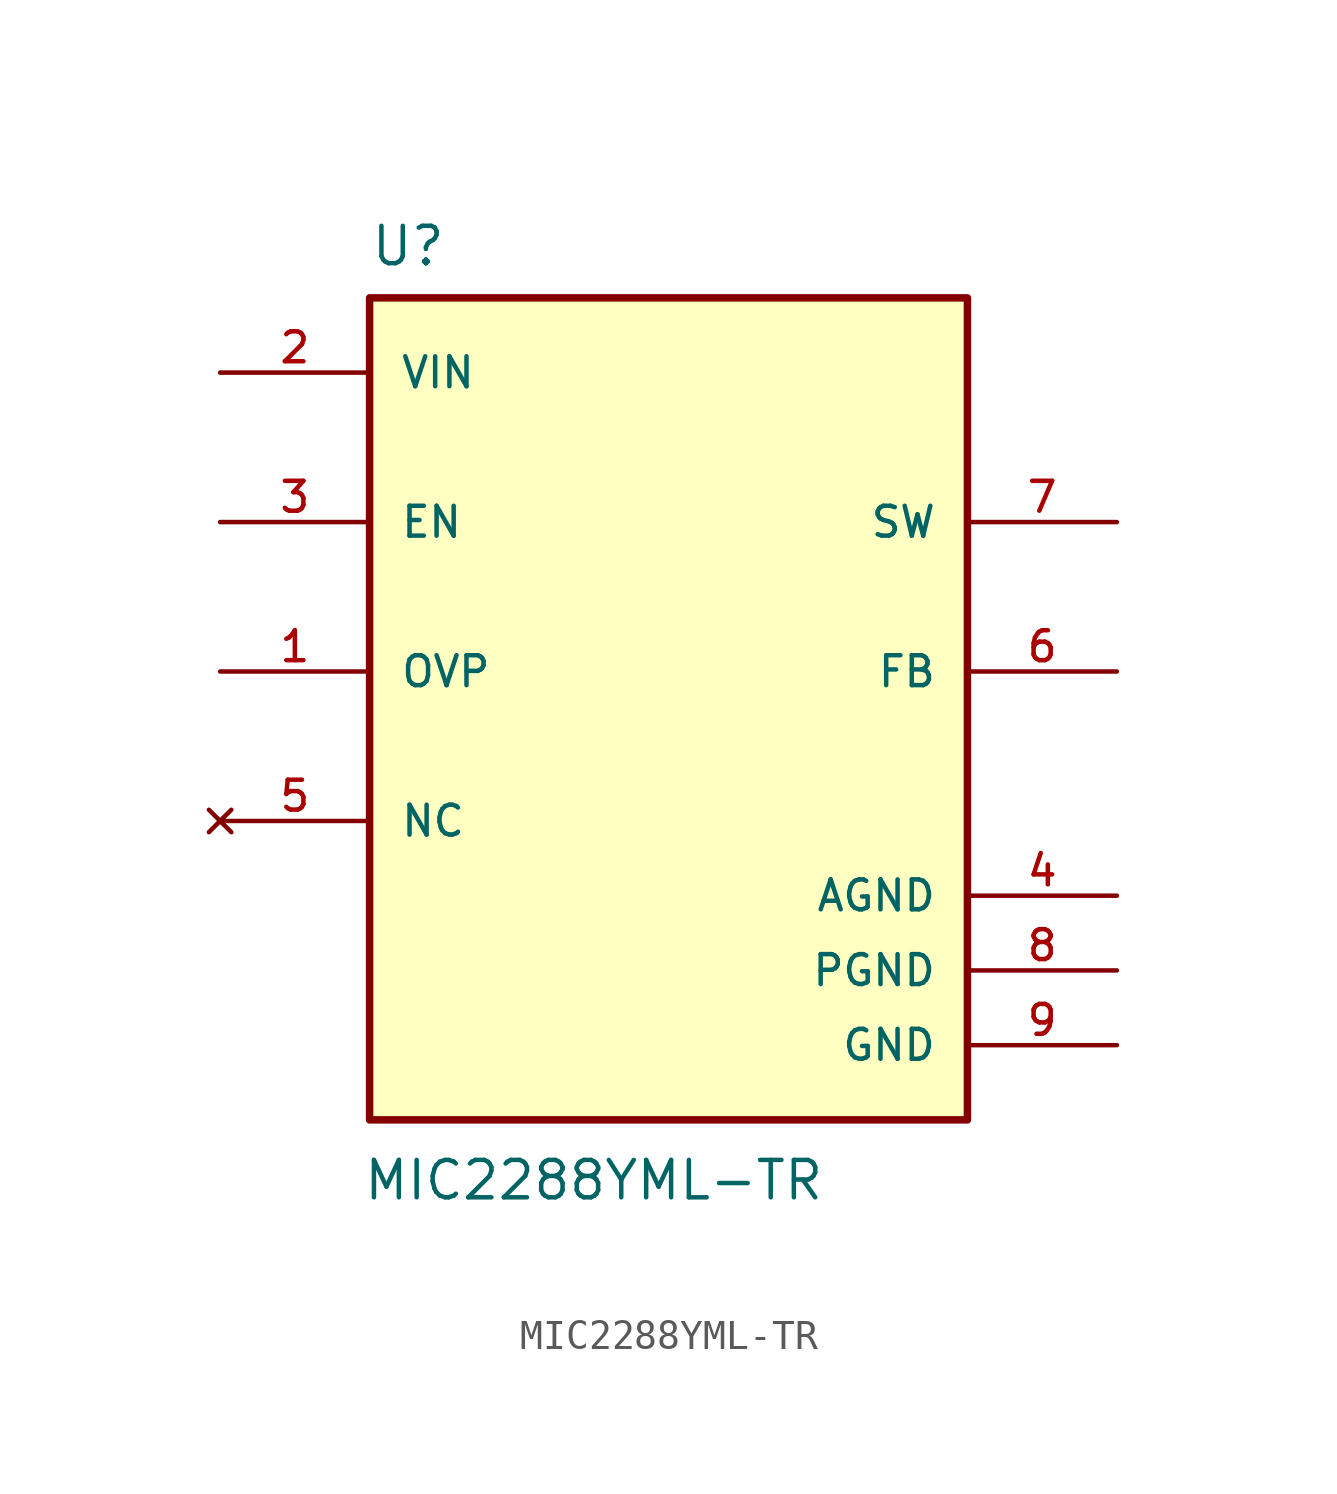
<source format=kicad_sym>
(kicad_symbol_lib
  (version 20211014)
  (generator kicad_symbol_editor)
  (symbol "MIC2288YML-TR"
    (pin_names
      (offset 1.016))
    (property "Reference" "U"
      (at -10.16 13.716 0)
      (effects (font (size 1.27 1.27)) (justify bottom left)))
    (property "Value" "MIC2288YML-TR"
      (at -10.414 -18.034 0)
      (effects (font (size 1.27 1.27)) (justify bottom left)))
    (symbol "MIC2288YML-TR_0_0"
      (rectangle (start -10.16 -15.24) (end 10.16 12.7) (stroke (width 0.254)) (fill (type background)))
      (pin input line (at 15.24 5.08 180.0) (length 5.08) (name "SW" (effects (font (size 1.016 1.016)))) (number "7" (effects (font (size 1.016 1.016)))))
      (pin input line (at 15.24 0.0 180.0) (length 5.08) (name "FB" (effects (font (size 1.016 1.016)))) (number "6" (effects (font (size 1.016 1.016)))))
      (pin input line (at -15.24 5.08 0) (length 5.08) (name "EN" (effects (font (size 1.016 1.016)))) (number "3" (effects (font (size 1.016 1.016)))))
      (pin input line (at -15.24 10.16 0) (length 5.08) (name "VIN" (effects (font (size 1.016 1.016)))) (number "2" (effects (font (size 1.016 1.016)))))
      (pin input line (at -15.24 0.0 0) (length 5.08) (name "OVP" (effects (font (size 1.016 1.016)))) (number "1" (effects (font (size 1.016 1.016)))))
      (pin no_connect line (at -15.24 -5.08 0) (length 5.08) (name "NC" (effects (font (size 1.016 1.016)))) (number "5" (effects (font (size 1.016 1.016)))))
      (pin power_in line (at 15.24 -7.62 180.0) (length 5.08) (name "AGND" (effects (font (size 1.016 1.016)))) (number "4" (effects (font (size 1.016 1.016)))))
      (pin power_in line (at 15.24 -10.16 180.0) (length 5.08) (name "PGND" (effects (font (size 1.016 1.016)))) (number "8" (effects (font (size 1.016 1.016)))))
      (pin power_in line (at 15.24 -12.7 180.0) (length 5.08) (name "GND" (effects (font (size 1.016 1.016)))) (number "9" (effects (font (size 1.016 1.016))))))))
</source>
